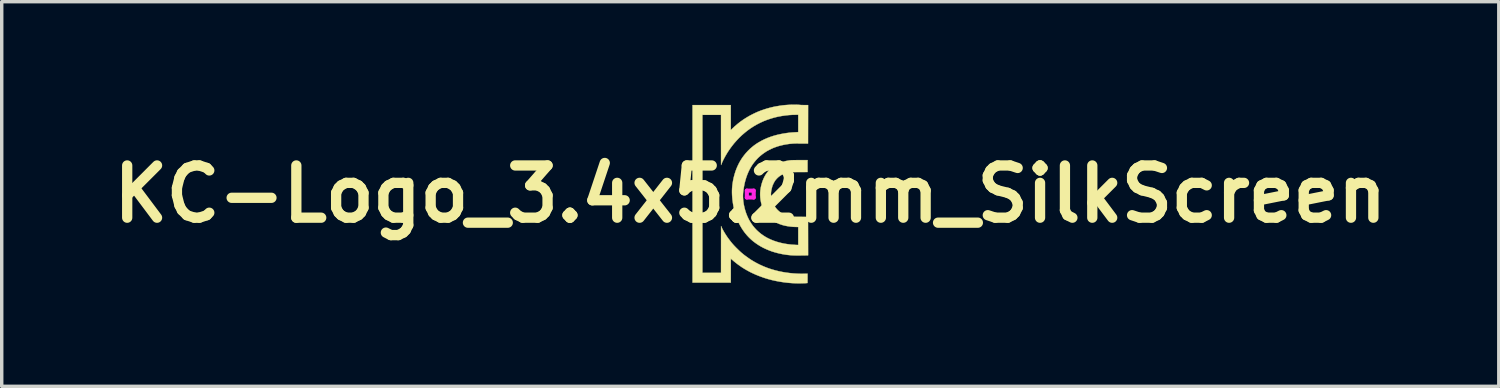
<source format=kicad_pcb>
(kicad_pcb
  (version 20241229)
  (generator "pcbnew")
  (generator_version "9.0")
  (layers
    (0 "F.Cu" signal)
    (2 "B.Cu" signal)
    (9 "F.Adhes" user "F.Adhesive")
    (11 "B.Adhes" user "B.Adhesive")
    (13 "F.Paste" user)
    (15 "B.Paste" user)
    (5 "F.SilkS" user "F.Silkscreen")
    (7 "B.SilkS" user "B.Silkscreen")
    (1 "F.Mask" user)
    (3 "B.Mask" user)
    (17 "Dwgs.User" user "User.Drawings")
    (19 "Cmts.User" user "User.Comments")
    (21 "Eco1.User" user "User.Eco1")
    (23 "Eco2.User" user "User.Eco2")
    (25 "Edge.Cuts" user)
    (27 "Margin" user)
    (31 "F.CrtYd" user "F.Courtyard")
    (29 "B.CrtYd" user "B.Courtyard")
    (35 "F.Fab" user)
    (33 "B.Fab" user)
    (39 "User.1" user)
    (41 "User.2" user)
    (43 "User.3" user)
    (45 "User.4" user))
  (footprint "KC-Logo_3.4x5.2mm_SilkScreen"
    (layer "F.Cu")
    (at 18.84 2.612)
    (property "Reference" "KC-Logo_3.4x5.2mm_SilkScreen" (at 0 0 0) (layer "F.SilkS") (effects (font (size 1.524 1.524) (thickness 0.3))))
    (attr exclude_from_pos_files exclude_from_bom)
    (fp_poly (pts (xy 1.365 -2.606) (xy 1.418 -2.603) (xy 1.46 -2.6) (xy 1.478 -2.598) (xy 1.5 -2.597) (xy 1.527 -2.597) (xy 1.557 -2.596) (xy 1.593 -2.596) (xy 1.593 -2.596) (xy 1.687 -2.596) (xy 1.686 -2.035) (xy 1.685 -1.474) (xy 1.545 -1.474) (xy 1.512 -1.474) (xy 1.484 -1.474) (xy 1.46 -1.474) (xy 1.441 -1.474) (xy 1.426 -1.474) (xy 1.414 -1.474) (xy 1.407 -1.475) (xy 1.402 -1.476) (xy 1.4 -1.476) (xy 1.397 -1.477) (xy 1.389 -1.477) (xy 1.377 -1.478) (xy 1.362 -1.478) (xy 1.344 -1.477) (xy 1.324 -1.477) (xy 1.303 -1.476) (xy 1.28 -1.475) (xy 1.258 -1.474) (xy 1.237 -1.473) (xy 1.149 -1.465) (xy 1.062 -1.453) (xy 0.975 -1.437) (xy 0.889 -1.417) (xy 0.806 -1.394) (xy 0.725 -1.366) (xy 0.686 -1.351) (xy 0.665 -1.343) (xy 0.642 -1.332) (xy 0.617 -1.321) (xy 0.591 -1.308) (xy 0.564 -1.295) (xy 0.539 -1.282) (xy 0.516 -1.27) (xy 0.496 -1.259) (xy 0.484 -1.253) (xy 0.414 -1.207) (xy 0.347 -1.159) (xy 0.284 -1.107) (xy 0.224 -1.052) (xy 0.169 -0.993) (xy 0.117 -0.931) (xy 0.068 -0.866) (xy 0.024 -0.797) (xy -0.017 -0.724) (xy -0.054 -0.648) (xy -0.087 -0.569) (xy -0.117 -0.486) (xy -0.143 -0.4) (xy -0.166 -0.31) (xy -0.184 -0.217) (xy -0.199 -0.121) (xy -0.21 -0.028) (xy -0.212 0.011) (xy -0.213 0.053) (xy -0.212 0.099) (xy -0.209 0.146) (xy -0.205 0.196) (xy -0.198 0.245) (xy -0.191 0.295) (xy -0.185 0.325) (xy -0.166 0.411) (xy -0.143 0.493) (xy -0.116 0.573) (xy -0.085 0.65) (xy -0.05 0.724) (xy -0.011 0.795) (xy 0.032 0.863) (xy 0.078 0.928) (xy 0.129 0.989) (xy 0.183 1.047) (xy 0.241 1.101) (xy 0.302 1.152) (xy 0.318 1.165) (xy 0.384 1.211) (xy 0.452 1.254) (xy 0.524 1.293) (xy 0.6 1.328) (xy 0.679 1.36) (xy 0.761 1.388) (xy 0.773 1.392) (xy 0.846 1.413) (xy 0.92 1.431) (xy 0.995 1.447) (xy 1.073 1.459) (xy 1.154 1.47) (xy 1.213 1.476) (xy 1.23 1.477) (xy 1.25 1.478) (xy 1.272 1.48) (xy 1.294 1.481) (xy 1.317 1.483) (xy 1.339 1.484) (xy 1.359 1.485) (xy 1.376 1.485) (xy 1.389 1.486) (xy 1.393 1.486) (xy 1.4 1.486) (xy 1.4 0.961) (xy 1.332 0.959) (xy 1.248 0.956) (xy 1.167 0.948) (xy 1.09 0.937) (xy 1.016 0.923) (xy 0.945 0.905) (xy 0.878 0.883) (xy 0.843 0.87) (xy 0.783 0.844) (xy 0.728 0.816) (xy 0.677 0.786) (xy 0.629 0.752) (xy 0.584 0.716) (xy 0.541 0.676) (xy 0.541 0.676) (xy 0.509 0.643) (xy 0.482 0.61) (xy 0.457 0.577) (xy 0.434 0.543) (xy 0.411 0.505) (xy 0.408 0.499) (xy 0.384 0.452) (xy 0.362 0.403) (xy 0.344 0.353) (xy 0.328 0.3) (xy 0.314 0.243) (xy 0.314 0.24) (xy 0.3 0.168) (xy 0.292 0.097) (xy 0.288 0.028) (xy 0.289 -0.042) (xy 0.295 -0.111) (xy 0.305 -0.182) (xy 0.321 -0.253) (xy 0.322 -0.258) (xy 0.342 -0.329) (xy 0.366 -0.398) (xy 0.393 -0.462) (xy 0.424 -0.523) (xy 0.459 -0.581) (xy 0.497 -0.635) (xy 0.539 -0.686) (xy 0.585 -0.733) (xy 0.634 -0.776) (xy 0.687 -0.816) (xy 0.721 -0.839) (xy 0.738 -0.849) (xy 0.759 -0.861) (xy 0.781 -0.873) (xy 0.806 -0.884) (xy 0.83 -0.896) (xy 0.853 -0.906) (xy 0.874 -0.915) (xy 0.881 -0.918) (xy 0.928 -0.934) (xy 0.975 -0.948) (xy 1.025 -0.961) (xy 1.078 -0.971) (xy 1.135 -0.981) (xy 1.163 -0.985) (xy 1.17 -0.985) (xy 1.176 -0.986) (xy 1.184 -0.987) (xy 1.193 -0.987) (xy 1.203 -0.988) (xy 1.215 -0.988) (xy 1.229 -0.988) (xy 1.246 -0.989) (xy 1.265 -0.989) (xy 1.288 -0.989) (xy 1.314 -0.989) (xy 1.344 -0.99) (xy 1.379 -0.99) (xy 1.418 -0.99) (xy 1.434 -0.99) (xy 1.671 -0.991) (xy 1.671 -0.643) (xy 1.424 -0.642) (xy 1.383 -0.642) (xy 1.346 -0.642) (xy 1.313 -0.641) (xy 1.285 -0.641) (xy 1.26 -0.641) (xy 1.239 -0.641) (xy 1.221 -0.641) (xy 1.205 -0.64) (xy 1.192 -0.64) (xy 1.182 -0.64) (xy 1.172 -0.639) (xy 1.165 -0.639) (xy 1.158 -0.638) (xy 1.153 -0.637) (xy 1.148 -0.637) (xy 1.09 -0.626) (xy 1.034 -0.611) (xy 0.981 -0.592) (xy 0.931 -0.569) (xy 0.884 -0.542) (xy 0.841 -0.512) (xy 0.801 -0.478) (xy 0.764 -0.44) (xy 0.731 -0.4) (xy 0.718 -0.381) (xy 0.708 -0.364) (xy 0.696 -0.344) (xy 0.684 -0.321) (xy 0.673 -0.298) (xy 0.663 -0.276) (xy 0.655 -0.259) (xy 0.645 -0.232) (xy 0.636 -0.202) (xy 0.628 -0.17) (xy 0.62 -0.137) (xy 0.613 -0.104) (xy 0.608 -0.072) (xy 0.605 -0.042) (xy 0.603 -0.014) (xy 0.603 0.009) (xy 0.603 0.012) (xy 0.608 0.061) (xy 0.617 0.113) (xy 0.629 0.164) (xy 0.646 0.215) (xy 0.665 0.265) (xy 0.688 0.312) (xy 0.713 0.356) (xy 0.723 0.372) (xy 0.747 0.405) (xy 0.771 0.435) (xy 0.797 0.463) (xy 0.808 0.474) (xy 0.849 0.51) (xy 0.892 0.542) (xy 0.937 0.57) (xy 0.986 0.595) (xy 1.039 0.617) (xy 1.094 0.635) (xy 1.146 0.647) (xy 1.158 0.65) (xy 1.169 0.653) (xy 1.179 0.655) (xy 1.189 0.657) (xy 1.199 0.658) (xy 1.209 0.659) (xy 1.22 0.661) (xy 1.233 0.662) (xy 1.246 0.662) (xy 1.262 0.663) (xy 1.28 0.663) (xy 1.3 0.664) (xy 1.324 0.664) (xy 1.351 0.665) (xy 1.383 0.665) (xy 1.418 0.665) (xy 1.458 0.665) (xy 1.462 0.665) (xy 1.685 0.667) (xy 1.686 1.227) (xy 1.687 1.787) (xy 1.556 1.79) (xy 1.503 1.79) (xy 1.455 1.791) (xy 1.41 1.791) (xy 1.369 1.791) (xy 1.332 1.791) (xy 1.297 1.79) (xy 1.264 1.789) (xy 1.233 1.788) (xy 1.203 1.786) (xy 1.174 1.784) (xy 1.145 1.781) (xy 1.117 1.778) (xy 1.087 1.775) (xy 1.057 1.771) (xy 1.034 1.768) (xy 0.932 1.751) (xy 0.832 1.73) (xy 0.736 1.705) (xy 0.642 1.677) (xy 0.552 1.644) (xy 0.464 1.607) (xy 0.379 1.567) (xy 0.298 1.523) (xy 0.22 1.475) (xy 0.145 1.423) (xy 0.073 1.368) (xy 0.049 1.347) (xy 0.032 1.332) (xy 0.012 1.314) (xy -0.01 1.293) (xy -0.032 1.272) (xy -0.053 1.25) (xy -0.073 1.229) (xy -0.091 1.209) (xy -0.103 1.196) (xy -0.159 1.128) (xy -0.211 1.056) (xy -0.259 0.982) (xy -0.304 0.904) (xy -0.344 0.824) (xy -0.38 0.74) (xy -0.413 0.653) (xy -0.442 0.563) (xy -0.467 0.469) (xy -0.488 0.373) (xy -0.505 0.272) (xy -0.519 0.169) (xy -0.524 0.116) (xy -0.53 0.04) (xy -0.533 -0.032) (xy -0.533 -0.102) (xy -0.53 -0.171) (xy -0.524 -0.24) (xy -0.518 -0.292) (xy -0.503 -0.387) (xy -0.484 -0.48) (xy -0.46 -0.57) (xy -0.433 -0.658) (xy -0.401 -0.744) (xy -0.365 -0.826) (xy -0.326 -0.906) (xy -0.282 -0.983) (xy -0.235 -1.057) (xy -0.183 -1.127) (xy -0.128 -1.195) (xy -0.069 -1.259) (xy -0.007 -1.32) (xy 0.059 -1.377) (xy 0.109 -1.417) (xy 0.181 -1.468) (xy 0.256 -1.515) (xy 0.336 -1.559) (xy 0.418 -1.6) (xy 0.504 -1.637) (xy 0.593 -1.67) (xy 0.685 -1.7) (xy 0.78 -1.726) (xy 0.869 -1.746) (xy 0.962 -1.764) (xy 1.056 -1.779) (xy 1.151 -1.791) (xy 1.246 -1.799) (xy 1.319 -1.803) (xy 1.337 -1.804) (xy 1.353 -1.805) (xy 1.368 -1.806) (xy 1.38 -1.807) (xy 1.388 -1.807) (xy 1.391 -1.807) (xy 1.4 -1.809) (xy 1.4 -2.314) (xy 1.347 -2.314) (xy 1.235 -2.312) (xy 1.125 -2.305) (xy 1.016 -2.293) (xy 0.909 -2.277) (xy 0.803 -2.257) (xy 0.699 -2.232) (xy 0.597 -2.202) (xy 0.497 -2.169) (xy 0.4 -2.131) (xy 0.305 -2.088) (xy 0.278 -2.075) (xy 0.183 -2.026) (xy 0.091 -1.972) (xy 0.002 -1.914) (xy -0.084 -1.852) (xy -0.167 -1.785) (xy -0.248 -1.715) (xy -0.326 -1.64) (xy -0.401 -1.56) (xy -0.474 -1.477) (xy -0.52 -1.419) (xy -0.57 -1.353) (xy -0.618 -1.285) (xy -0.664 -1.215) (xy -0.707 -1.143) (xy -0.748 -1.071) (xy -0.785 -1) (xy -0.818 -0.93) (xy -0.837 -0.884) (xy -0.852 -0.848) (xy -0.853 -1.58) (xy -0.853 -2.311) (xy -1.125 -2.311) (xy -1.397 -2.311) (xy -1.397 2.299) (xy -0.853 2.299) (xy -0.852 0.934) (xy -0.839 0.963) (xy -0.824 0.996) (xy -0.805 1.033) (xy -0.784 1.072) (xy -0.76 1.112) (xy -0.735 1.154) (xy -0.708 1.196) (xy -0.681 1.238) (xy -0.652 1.279) (xy -0.624 1.317) (xy -0.596 1.354) (xy -0.57 1.388) (xy -0.544 1.42) (xy -0.519 1.45) (xy -0.493 1.479) (xy -0.466 1.509) (xy -0.436 1.54) (xy -0.404 1.573) (xy -0.396 1.58) (xy -0.363 1.613) (xy -0.332 1.643) (xy -0.303 1.67) (xy -0.276 1.695) (xy -0.248 1.719) (xy -0.22 1.742) (xy -0.192 1.766) (xy -0.161 1.789) (xy -0.136 1.808) (xy -0.057 1.865) (xy 0.023 1.919) (xy 0.104 1.968) (xy 0.187 2.014) (xy 0.273 2.058) (xy 0.363 2.099) (xy 0.415 2.121) (xy 0.467 2.141) (xy 0.518 2.161) (xy 0.571 2.179) (xy 0.625 2.196) (xy 0.684 2.213) (xy 0.73 2.226) (xy 0.829 2.251) (xy 0.932 2.272) (xy 1.037 2.29) (xy 1.145 2.304) (xy 1.254 2.315) (xy 1.364 2.322) (xy 1.474 2.326) (xy 1.584 2.325) (xy 1.671 2.323) (xy 1.671 2.459) (xy 1.67 2.595) (xy 1.654 2.596) (xy 1.631 2.598) (xy 1.605 2.6) (xy 1.575 2.601) (xy 1.542 2.602) (xy 1.508 2.603) (xy 1.473 2.604) (xy 1.437 2.604) (xy 1.402 2.604) (xy 1.369 2.604) (xy 1.34 2.603) (xy 1.22 2.598) (xy 1.099 2.588) (xy 0.98 2.574) (xy 0.862 2.556) (xy 0.745 2.534) (xy 0.629 2.508) (xy 0.516 2.478) (xy 0.406 2.444) (xy 0.299 2.406) (xy 0.236 2.382) (xy 0.155 2.349) (xy 0.078 2.314) (xy 0.003 2.278) (xy -0.07 2.239) (xy -0.143 2.198) (xy -0.166 2.184) (xy -0.229 2.145) (xy -0.292 2.102) (xy -0.356 2.057) (xy -0.418 2.009) (xy -0.478 1.961) (xy -0.534 1.913) (xy -0.542 1.906) (xy -0.568 1.883) (xy -0.569 2.583) (xy -1.684 2.583) (xy -1.684 -2.596) (xy -0.569 -2.596) (xy -0.569 -1.866) (xy -0.529 -1.905) (xy -0.45 -1.979) (xy -0.368 -2.049) (xy -0.283 -2.115) (xy -0.194 -2.178) (xy -0.102 -2.236) (xy -0.007 -2.291) (xy 0.091 -2.341) (xy 0.154 -2.371) (xy 0.187 -2.386) (xy 0.217 -2.399) (xy 0.246 -2.411) (xy 0.275 -2.422) (xy 0.305 -2.434) (xy 0.336 -2.445) (xy 0.371 -2.457) (xy 0.406 -2.469) (xy 0.478 -2.492) (xy 0.549 -2.512) (xy 0.62 -2.53) (xy 0.693 -2.547) (xy 0.768 -2.561) (xy 0.847 -2.574) (xy 0.886 -2.58) (xy 0.944 -2.588) (xy 1.003 -2.594) (xy 1.064 -2.599) (xy 1.126 -2.603) (xy 1.188 -2.606) (xy 1.249 -2.607) (xy 1.308 -2.607) (xy 1.365 -2.606)) (stroke (width 0.01) (type solid)) (fill yes) (layer "F.SilkS"))
    (fp_line (start -0.1 -0.1) (end 0.1 -0.1) (stroke (width 0.12) (type solid)) (layer "F.CrtYd"))
    (fp_line (start -0.1 0.1) (end -0.1 -0.1) (stroke (width 0.12) (type solid)) (layer "F.CrtYd"))
    (fp_line (start 0.1 -0.1) (end 0.1 0.1) (stroke (width 0.12) (type solid)) (layer "F.CrtYd"))
    (fp_line (start 0.1 0.1) (end -0.1 0.1) (stroke (width 0.12) (type solid)) (layer "F.CrtYd")))
  (gr_rect
    (start -3 -3)
    (end 40.679 8.222)
    (stroke (width 0.1) (type default))
    (fill no)
    (layer "Edge.Cuts")))
</source>
